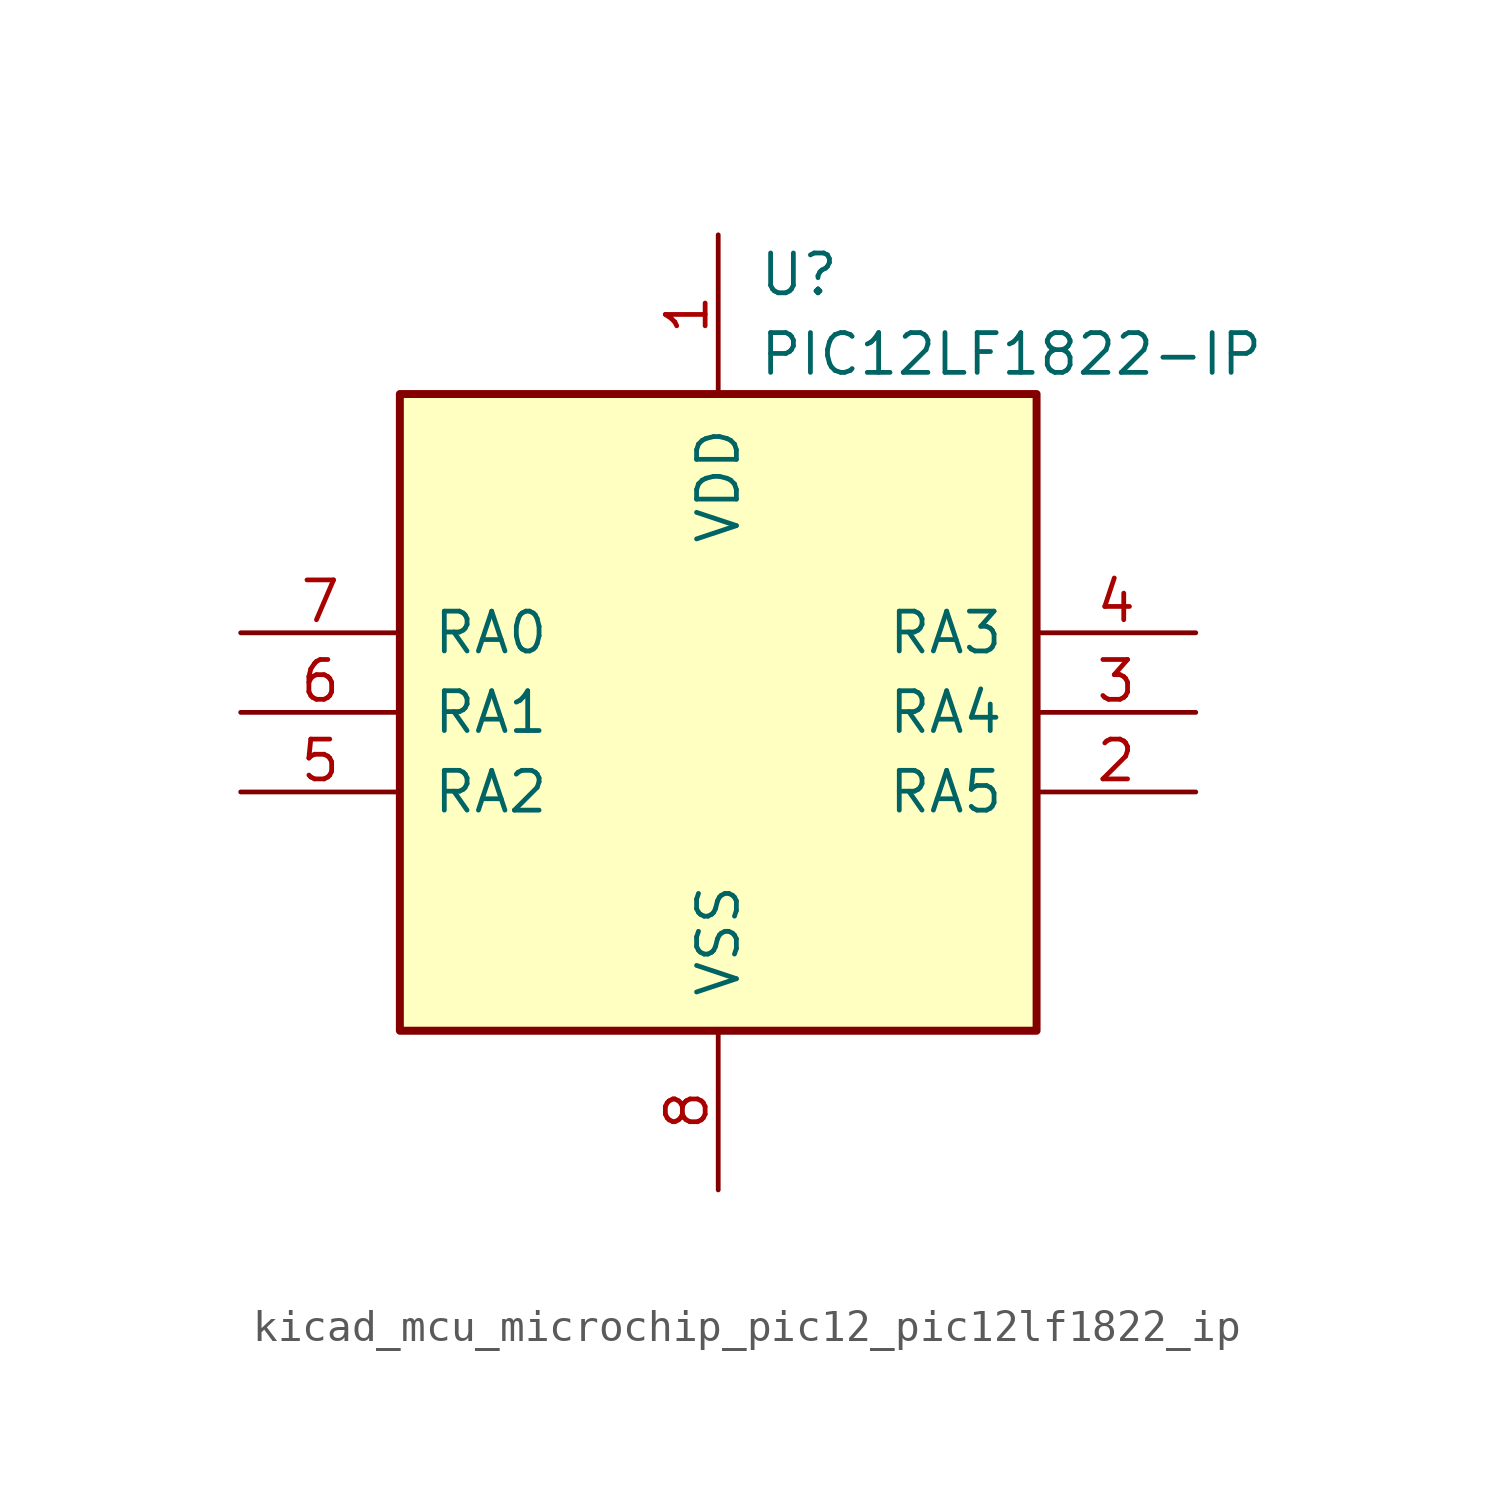
<source format=kicad_sym>
(kicad_symbol_lib
  (version 20220914)
  (generator kicad_symbol_editor)
  (symbol "kicad_mcu_microchip_pic12_pic12lf1822_ip"
    (pin_names
      (offset 1.016))
    (property "Reference" "U"
      (at 1.27 13.97 0)
      (effects (font (size 1.27 1.27)) (justify left)))
    (property "Value" "PIC12LF1822-IP"
      (at 1.27 11.43 0)
      (effects (font (size 1.27 1.27)) (justify left)))
    (symbol "kicad_mcu_microchip_pic12_pic12lf1822_ip_0_1"
      (rectangle (start 10.16 -10.16) (end -10.16 10.16) (stroke (width 0.254) (type default)) (fill (type background))))
    (symbol "kicad_mcu_microchip_pic12_pic12lf1822_ip_1_1"
      (pin power_in line (at 0 15.24 270) (length 5.08) (name "VDD" (effects (font (size 1.27 1.27)))) (number "1" (effects (font (size 1.27 1.27)))))
      (pin bidirectional line (at 15.24 -2.54 180) (length 5.08) (name "RA5" (effects (font (size 1.27 1.27)))) (number "2" (effects (font (size 1.27 1.27)))))
      (pin bidirectional line (at 15.24 0 180) (length 5.08) (name "RA4" (effects (font (size 1.27 1.27)))) (number "3" (effects (font (size 1.27 1.27)))))
      (pin input line (at 15.24 2.54 180) (length 5.08) (name "RA3" (effects (font (size 1.27 1.27)))) (number "4" (effects (font (size 1.27 1.27)))))
      (pin bidirectional line (at -15.24 -2.54 0) (length 5.08) (name "RA2" (effects (font (size 1.27 1.27)))) (number "5" (effects (font (size 1.27 1.27)))))
      (pin bidirectional line (at -15.24 0 0) (length 5.08) (name "RA1" (effects (font (size 1.27 1.27)))) (number "6" (effects (font (size 1.27 1.27)))))
      (pin bidirectional line (at -15.24 2.54 0) (length 5.08) (name "RA0" (effects (font (size 1.27 1.27)))) (number "7" (effects (font (size 1.27 1.27)))))
      (pin power_in line (at 0 -15.24 90) (length 5.08) (name "VSS" (effects (font (size 1.27 1.27)))) (number "8" (effects (font (size 1.27 1.27))))))))
</source>
